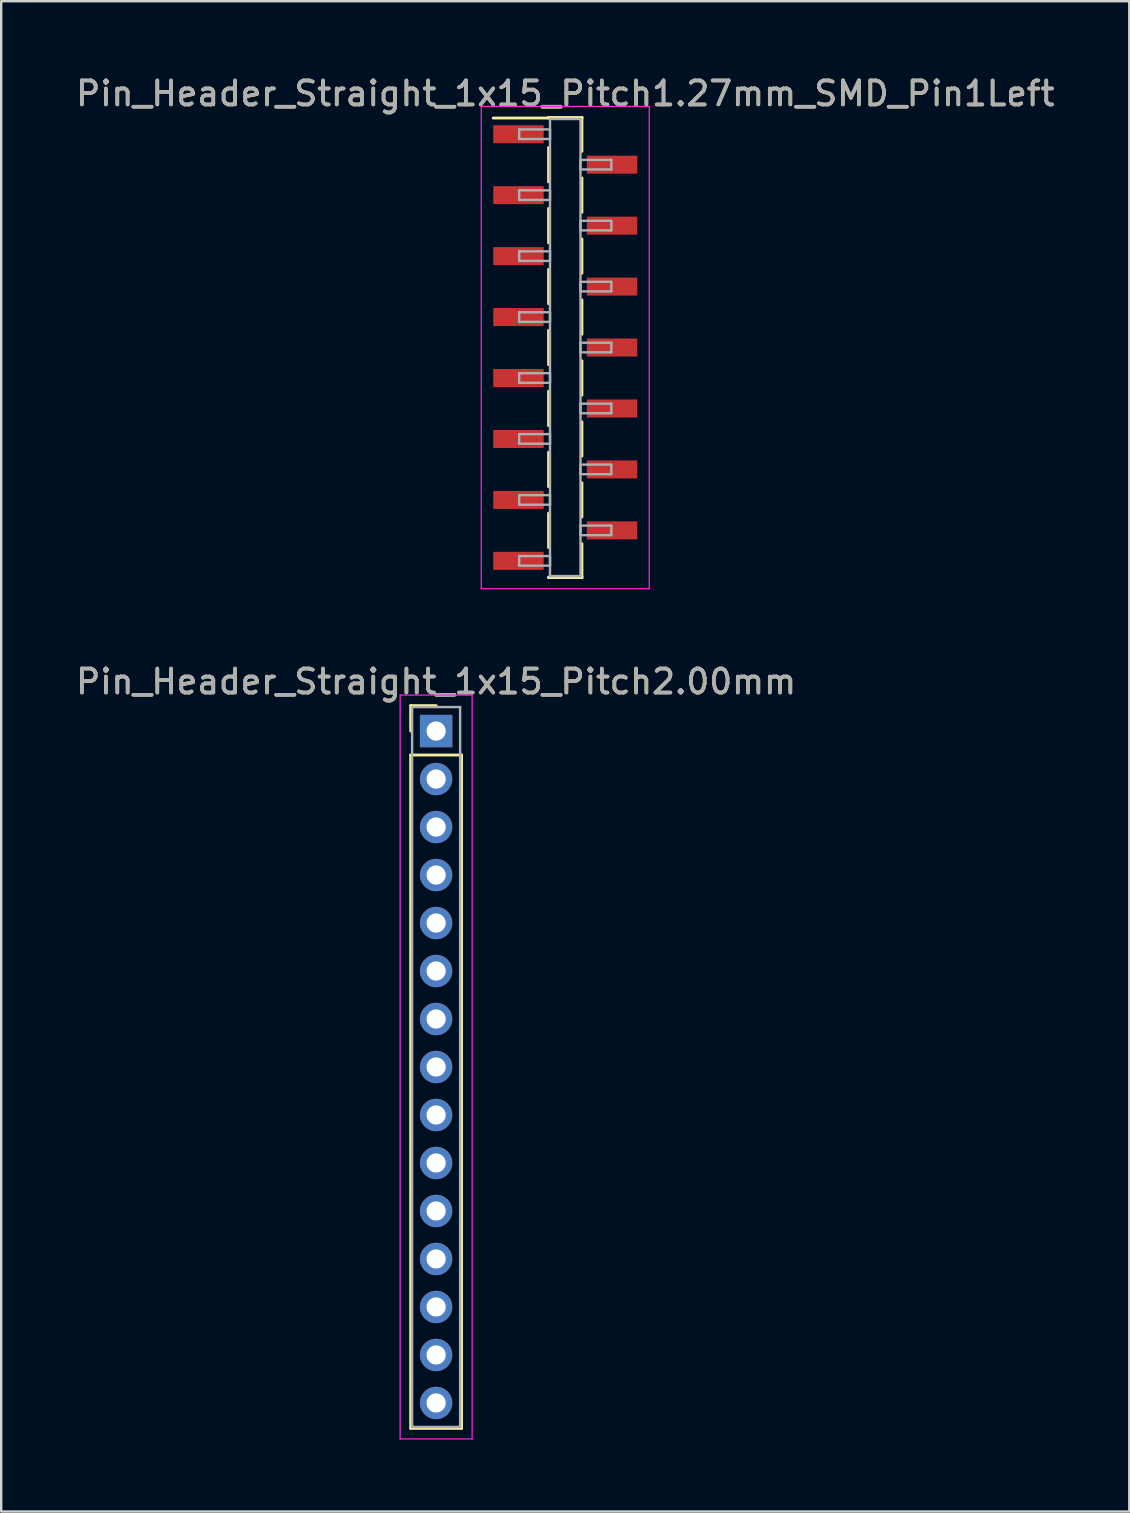
<source format=kicad_pcb>
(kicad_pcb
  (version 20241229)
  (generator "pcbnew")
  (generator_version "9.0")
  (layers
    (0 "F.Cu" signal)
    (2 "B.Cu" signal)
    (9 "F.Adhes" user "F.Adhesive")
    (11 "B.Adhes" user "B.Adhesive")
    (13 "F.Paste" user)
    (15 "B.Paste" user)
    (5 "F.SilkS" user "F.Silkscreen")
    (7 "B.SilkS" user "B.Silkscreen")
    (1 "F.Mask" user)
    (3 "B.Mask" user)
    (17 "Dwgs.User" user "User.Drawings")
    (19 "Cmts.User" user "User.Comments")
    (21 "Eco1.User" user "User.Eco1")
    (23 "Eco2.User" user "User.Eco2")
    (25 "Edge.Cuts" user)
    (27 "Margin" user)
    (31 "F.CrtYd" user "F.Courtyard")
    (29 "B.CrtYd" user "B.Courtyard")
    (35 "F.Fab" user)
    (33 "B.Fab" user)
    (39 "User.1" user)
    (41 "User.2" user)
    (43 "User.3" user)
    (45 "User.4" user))
  (footprint "Pin_Header_Straight_1x15_Pitch1.27mm_SMD_Pin1Left"
    (layer "F.Cu")
    (at 20.506 11.433)
    (property "Reference" "Pin_Header_Straight_1x15_Pitch1.27mm_SMD_Pin1Left" (at 0 -10.585 0) (layer "F.SilkS") (effects (font (size 1 1) (thickness 0.15))))
    (attr smd)
    (fp_line (start -0.695 -9.585) (end 0.695 -9.585) (stroke (width 0.12) (type solid)) (layer "F.SilkS"))
    (fp_line (start -0.695 -9.565) (end -3 -9.565) (stroke (width 0.12) (type solid)) (layer "F.SilkS"))
    (fp_line (start -0.695 -9.565) (end -0.695 -9.585) (stroke (width 0.12) (type solid)) (layer "F.SilkS"))
    (fp_line (start -0.695 -8.335) (end -0.695 -6.905) (stroke (width 0.12) (type solid)) (layer "F.SilkS"))
    (fp_line (start -0.695 -5.795) (end -0.695 -4.365) (stroke (width 0.12) (type solid)) (layer "F.SilkS"))
    (fp_line (start -0.695 -3.255) (end -0.695 -1.825) (stroke (width 0.12) (type solid)) (layer "F.SilkS"))
    (fp_line (start -0.695 -0.715) (end -0.695 0.715) (stroke (width 0.12) (type solid)) (layer "F.SilkS"))
    (fp_line (start -0.695 1.825) (end -0.695 3.255) (stroke (width 0.12) (type solid)) (layer "F.SilkS"))
    (fp_line (start -0.695 4.365) (end -0.695 5.795) (stroke (width 0.12) (type solid)) (layer "F.SilkS"))
    (fp_line (start -0.695 6.905) (end -0.695 8.335) (stroke (width 0.12) (type solid)) (layer "F.SilkS"))
    (fp_line (start -0.695 9.565) (end -0.695 9.585) (stroke (width 0.12) (type solid)) (layer "F.SilkS"))
    (fp_line (start -0.695 9.585) (end 0.695 9.585) (stroke (width 0.12) (type solid)) (layer "F.SilkS"))
    (fp_line (start 0.695 -9.585) (end 0.695 -9.565) (stroke (width 0.12) (type solid)) (layer "F.SilkS"))
    (fp_line (start 0.695 -9.585) (end 0.695 -8.175) (stroke (width 0.12) (type solid)) (layer "F.SilkS"))
    (fp_line (start 0.695 -7.065) (end 0.695 -5.635) (stroke (width 0.12) (type solid)) (layer "F.SilkS"))
    (fp_line (start 0.695 -4.525) (end 0.695 -3.095) (stroke (width 0.12) (type solid)) (layer "F.SilkS"))
    (fp_line (start 0.695 -1.985) (end 0.695 -0.555) (stroke (width 0.12) (type solid)) (layer "F.SilkS"))
    (fp_line (start 0.695 0.555) (end 0.695 1.985) (stroke (width 0.12) (type solid)) (layer "F.SilkS"))
    (fp_line (start 0.695 3.095) (end 0.695 4.525) (stroke (width 0.12) (type solid)) (layer "F.SilkS"))
    (fp_line (start 0.695 5.635) (end 0.695 7.065) (stroke (width 0.12) (type solid)) (layer "F.SilkS"))
    (fp_line (start 0.695 8.175) (end 0.695 9.585) (stroke (width 0.12) (type solid)) (layer "F.SilkS"))
    (fp_line (start 0.695 9.585) (end 0.695 9.565) (stroke (width 0.12) (type solid)) (layer "F.SilkS"))
    (fp_line (start -3.5 -10.05) (end -3.5 10.05) (stroke (width 0.05) (type solid)) (layer "F.CrtYd"))
    (fp_line (start -3.5 10.05) (end 3.5 10.05) (stroke (width 0.05) (type solid)) (layer "F.CrtYd"))
    (fp_line (start 3.5 -10.05) (end -3.5 -10.05) (stroke (width 0.05) (type solid)) (layer "F.CrtYd"))
    (fp_line (start 3.5 10.05) (end 3.5 -10.05) (stroke (width 0.05) (type solid)) (layer "F.CrtYd"))
    (fp_line (start -1.92 -9.09) (end -0.635 -9.09) (stroke (width 0.1) (type solid)) (layer "F.Fab"))
    (fp_line (start -1.92 -8.69) (end -1.92 -9.09) (stroke (width 0.1) (type solid)) (layer "F.Fab"))
    (fp_line (start -1.92 -6.55) (end -0.635 -6.55) (stroke (width 0.1) (type solid)) (layer "F.Fab"))
    (fp_line (start -1.92 -6.15) (end -1.92 -6.55) (stroke (width 0.1) (type solid)) (layer "F.Fab"))
    (fp_line (start -1.92 -4.01) (end -0.635 -4.01) (stroke (width 0.1) (type solid)) (layer "F.Fab"))
    (fp_line (start -1.92 -3.61) (end -1.92 -4.01) (stroke (width 0.1) (type solid)) (layer "F.Fab"))
    (fp_line (start -1.92 -1.47) (end -0.635 -1.47) (stroke (width 0.1) (type solid)) (layer "F.Fab"))
    (fp_line (start -1.92 -1.07) (end -1.92 -1.47) (stroke (width 0.1) (type solid)) (layer "F.Fab"))
    (fp_line (start -1.92 1.07) (end -0.635 1.07) (stroke (width 0.1) (type solid)) (layer "F.Fab"))
    (fp_line (start -1.92 1.47) (end -1.92 1.07) (stroke (width 0.1) (type solid)) (layer "F.Fab"))
    (fp_line (start -1.92 3.61) (end -0.635 3.61) (stroke (width 0.1) (type solid)) (layer "F.Fab"))
    (fp_line (start -1.92 4.01) (end -1.92 3.61) (stroke (width 0.1) (type solid)) (layer "F.Fab"))
    (fp_line (start -1.92 6.15) (end -0.635 6.15) (stroke (width 0.1) (type solid)) (layer "F.Fab"))
    (fp_line (start -1.92 6.55) (end -1.92 6.15) (stroke (width 0.1) (type solid)) (layer "F.Fab"))
    (fp_line (start -1.92 8.69) (end -0.635 8.69) (stroke (width 0.1) (type solid)) (layer "F.Fab"))
    (fp_line (start -1.92 9.09) (end -1.92 8.69) (stroke (width 0.1) (type solid)) (layer "F.Fab"))
    (fp_line (start -0.635 -9.525) (end -0.635 9.525) (stroke (width 0.1) (type solid)) (layer "F.Fab"))
    (fp_line (start -0.635 -9.09) (end -0.635 -8.69) (stroke (width 0.1) (type solid)) (layer "F.Fab"))
    (fp_line (start -0.635 -8.69) (end -1.92 -8.69) (stroke (width 0.1) (type solid)) (layer "F.Fab"))
    (fp_line (start -0.635 -6.55) (end -0.635 -6.15) (stroke (width 0.1) (type solid)) (layer "F.Fab"))
    (fp_line (start -0.635 -6.15) (end -1.92 -6.15) (stroke (width 0.1) (type solid)) (layer "F.Fab"))
    (fp_line (start -0.635 -4.01) (end -0.635 -3.61) (stroke (width 0.1) (type solid)) (layer "F.Fab"))
    (fp_line (start -0.635 -3.61) (end -1.92 -3.61) (stroke (width 0.1) (type solid)) (layer "F.Fab"))
    (fp_line (start -0.635 -1.47) (end -0.635 -1.07) (stroke (width 0.1) (type solid)) (layer "F.Fab"))
    (fp_line (start -0.635 -1.07) (end -1.92 -1.07) (stroke (width 0.1) (type solid)) (layer "F.Fab"))
    (fp_line (start -0.635 1.07) (end -0.635 1.47) (stroke (width 0.1) (type solid)) (layer "F.Fab"))
    (fp_line (start -0.635 1.47) (end -1.92 1.47) (stroke (width 0.1) (type solid)) (layer "F.Fab"))
    (fp_line (start -0.635 3.61) (end -0.635 4.01) (stroke (width 0.1) (type solid)) (layer "F.Fab"))
    (fp_line (start -0.635 4.01) (end -1.92 4.01) (stroke (width 0.1) (type solid)) (layer "F.Fab"))
    (fp_line (start -0.635 6.15) (end -0.635 6.55) (stroke (width 0.1) (type solid)) (layer "F.Fab"))
    (fp_line (start -0.635 6.55) (end -1.92 6.55) (stroke (width 0.1) (type solid)) (layer "F.Fab"))
    (fp_line (start -0.635 8.69) (end -0.635 9.09) (stroke (width 0.1) (type solid)) (layer "F.Fab"))
    (fp_line (start -0.635 9.09) (end -1.92 9.09) (stroke (width 0.1) (type solid)) (layer "F.Fab"))
    (fp_line (start -0.635 9.525) (end 0.635 9.525) (stroke (width 0.1) (type solid)) (layer "F.Fab"))
    (fp_line (start 0.635 -9.525) (end -0.635 -9.525) (stroke (width 0.1) (type solid)) (layer "F.Fab"))
    (fp_line (start 0.635 -7.82) (end 0.635 -7.42) (stroke (width 0.1) (type solid)) (layer "F.Fab"))
    (fp_line (start 0.635 -7.42) (end 1.92 -7.42) (stroke (width 0.1) (type solid)) (layer "F.Fab"))
    (fp_line (start 0.635 -5.28) (end 0.635 -4.88) (stroke (width 0.1) (type solid)) (layer "F.Fab"))
    (fp_line (start 0.635 -4.88) (end 1.92 -4.88) (stroke (width 0.1) (type solid)) (layer "F.Fab"))
    (fp_line (start 0.635 -2.74) (end 0.635 -2.34) (stroke (width 0.1) (type solid)) (layer "F.Fab"))
    (fp_line (start 0.635 -2.34) (end 1.92 -2.34) (stroke (width 0.1) (type solid)) (layer "F.Fab"))
    (fp_line (start 0.635 -0.2) (end 0.635 0.2) (stroke (width 0.1) (type solid)) (layer "F.Fab"))
    (fp_line (start 0.635 0.2) (end 1.92 0.2) (stroke (width 0.1) (type solid)) (layer "F.Fab"))
    (fp_line (start 0.635 2.34) (end 0.635 2.74) (stroke (width 0.1) (type solid)) (layer "F.Fab"))
    (fp_line (start 0.635 2.74) (end 1.92 2.74) (stroke (width 0.1) (type solid)) (layer "F.Fab"))
    (fp_line (start 0.635 4.88) (end 0.635 5.28) (stroke (width 0.1) (type solid)) (layer "F.Fab"))
    (fp_line (start 0.635 5.28) (end 1.92 5.28) (stroke (width 0.1) (type solid)) (layer "F.Fab"))
    (fp_line (start 0.635 7.42) (end 0.635 7.82) (stroke (width 0.1) (type solid)) (layer "F.Fab"))
    (fp_line (start 0.635 7.82) (end 1.92 7.82) (stroke (width 0.1) (type solid)) (layer "F.Fab"))
    (fp_line (start 0.635 9.525) (end 0.635 -9.525) (stroke (width 0.1) (type solid)) (layer "F.Fab"))
    (fp_line (start 1.92 -7.82) (end 0.635 -7.82) (stroke (width 0.1) (type solid)) (layer "F.Fab"))
    (fp_line (start 1.92 -7.42) (end 1.92 -7.82) (stroke (width 0.1) (type solid)) (layer "F.Fab"))
    (fp_line (start 1.92 -5.28) (end 0.635 -5.28) (stroke (width 0.1) (type solid)) (layer "F.Fab"))
    (fp_line (start 1.92 -4.88) (end 1.92 -5.28) (stroke (width 0.1) (type solid)) (layer "F.Fab"))
    (fp_line (start 1.92 -2.74) (end 0.635 -2.74) (stroke (width 0.1) (type solid)) (layer "F.Fab"))
    (fp_line (start 1.92 -2.34) (end 1.92 -2.74) (stroke (width 0.1) (type solid)) (layer "F.Fab"))
    (fp_line (start 1.92 -0.2) (end 0.635 -0.2) (stroke (width 0.1) (type solid)) (layer "F.Fab"))
    (fp_line (start 1.92 0.2) (end 1.92 -0.2) (stroke (width 0.1) (type solid)) (layer "F.Fab"))
    (fp_line (start 1.92 2.34) (end 0.635 2.34) (stroke (width 0.1) (type solid)) (layer "F.Fab"))
    (fp_line (start 1.92 2.74) (end 1.92 2.34) (stroke (width 0.1) (type solid)) (layer "F.Fab"))
    (fp_line (start 1.92 4.88) (end 0.635 4.88) (stroke (width 0.1) (type solid)) (layer "F.Fab"))
    (fp_line (start 1.92 5.28) (end 1.92 4.88) (stroke (width 0.1) (type solid)) (layer "F.Fab"))
    (fp_line (start 1.92 7.42) (end 0.635 7.42) (stroke (width 0.1) (type solid)) (layer "F.Fab"))
    (fp_line (start 1.92 7.82) (end 1.92 7.42) (stroke (width 0.1) (type solid)) (layer "F.Fab"))
    (fp_text user "${REFERENCE}" (at 0 -10.585 0) (layer "F.Fab") (effects (font (size 1 1) (thickness 0.15))))
    (pad "1" smd rect (at -1.95 -8.89) (size 2.1 0.75) (layers "F.Cu" "F.Mask" "F.Paste"))
    (pad "2" smd rect (at 1.95 -7.62) (size 2.1 0.75) (layers "F.Cu" "F.Mask" "F.Paste"))
    (pad "3" smd rect (at -1.95 -6.35) (size 2.1 0.75) (layers "F.Cu" "F.Mask" "F.Paste"))
    (pad "4" smd rect (at 1.95 -5.08) (size 2.1 0.75) (layers "F.Cu" "F.Mask" "F.Paste"))
    (pad "5" smd rect (at -1.95 -3.81) (size 2.1 0.75) (layers "F.Cu" "F.Mask" "F.Paste"))
    (pad "6" smd rect (at 1.95 -2.54) (size 2.1 0.75) (layers "F.Cu" "F.Mask" "F.Paste"))
    (pad "7" smd rect (at -1.95 -1.27) (size 2.1 0.75) (layers "F.Cu" "F.Mask" "F.Paste"))
    (pad "8" smd rect (at 1.95 0) (size 2.1 0.75) (layers "F.Cu" "F.Mask" "F.Paste"))
    (pad "9" smd rect (at -1.95 1.27) (size 2.1 0.75) (layers "F.Cu" "F.Mask" "F.Paste"))
    (pad "10" smd rect (at 1.95 2.54) (size 2.1 0.75) (layers "F.Cu" "F.Mask" "F.Paste"))
    (pad "11" smd rect (at -1.95 3.81) (size 2.1 0.75) (layers "F.Cu" "F.Mask" "F.Paste"))
    (pad "12" smd rect (at 1.95 5.08) (size 2.1 0.75) (layers "F.Cu" "F.Mask" "F.Paste"))
    (pad "13" smd rect (at -1.95 6.35) (size 2.1 0.75) (layers "F.Cu" "F.Mask" "F.Paste"))
    (pad "14" smd rect (at 1.95 7.62) (size 2.1 0.75) (layers "F.Cu" "F.Mask" "F.Paste"))
    (pad "15" smd rect (at -1.95 8.89) (size 2.1 0.75) (layers "F.Cu" "F.Mask" "F.Paste")))
  (footprint "Pin_Header_Straight_1x15_Pitch2.00mm"
    (layer "F.Cu")
    (at 15.125 27.416)
    (property "Reference" "Pin_Header_Straight_1x15_Pitch2.00mm" (at 0 -2.06 0) (layer "F.SilkS") (effects (font (size 1 1) (thickness 0.15))))
    (attr through_hole)
    (fp_line (start -1.06 -1.06) (end 0 -1.06) (stroke (width 0.12) (type solid)) (layer "F.SilkS"))
    (fp_line (start -1.06 0) (end -1.06 -1.06) (stroke (width 0.12) (type solid)) (layer "F.SilkS"))
    (fp_line (start -1.06 1) (end -1.06 29.06) (stroke (width 0.12) (type solid)) (layer "F.SilkS"))
    (fp_line (start -1.06 29.06) (end 1.06 29.06) (stroke (width 0.12) (type solid)) (layer "F.SilkS"))
    (fp_line (start 1.06 1) (end -1.06 1) (stroke (width 0.12) (type solid)) (layer "F.SilkS"))
    (fp_line (start 1.06 29.06) (end 1.06 1) (stroke (width 0.12) (type solid)) (layer "F.SilkS"))
    (fp_line (start -1.5 -1.5) (end -1.5 29.5) (stroke (width 0.05) (type solid)) (layer "F.CrtYd"))
    (fp_line (start -1.5 29.5) (end 1.5 29.5) (stroke (width 0.05) (type solid)) (layer "F.CrtYd"))
    (fp_line (start 1.5 -1.5) (end -1.5 -1.5) (stroke (width 0.05) (type solid)) (layer "F.CrtYd"))
    (fp_line (start 1.5 29.5) (end 1.5 -1.5) (stroke (width 0.05) (type solid)) (layer "F.CrtYd"))
    (fp_line (start -1 -1) (end -1 29) (stroke (width 0.1) (type solid)) (layer "F.Fab"))
    (fp_line (start -1 29) (end 1 29) (stroke (width 0.1) (type solid)) (layer "F.Fab"))
    (fp_line (start 1 -1) (end -1 -1) (stroke (width 0.1) (type solid)) (layer "F.Fab"))
    (fp_line (start 1 29) (end 1 -1) (stroke (width 0.1) (type solid)) (layer "F.Fab"))
    (fp_text user "${REFERENCE}" (at 0 -2.06 0) (layer "F.Fab") (effects (font (size 1 1) (thickness 0.15))))
    (pad "1" thru_hole rect (at 0 0) (size 1.35 1.35) (drill 0.8) (layers "*.Cu" "*.Mask"))
    (pad "2" thru_hole oval (at 0 2) (size 1.35 1.35) (drill 0.8) (layers "*.Cu" "*.Mask"))
    (pad "3" thru_hole oval (at 0 4) (size 1.35 1.35) (drill 0.8) (layers "*.Cu" "*.Mask"))
    (pad "4" thru_hole oval (at 0 6) (size 1.35 1.35) (drill 0.8) (layers "*.Cu" "*.Mask"))
    (pad "5" thru_hole oval (at 0 8) (size 1.35 1.35) (drill 0.8) (layers "*.Cu" "*.Mask"))
    (pad "6" thru_hole oval (at 0 10) (size 1.35 1.35) (drill 0.8) (layers "*.Cu" "*.Mask"))
    (pad "7" thru_hole oval (at 0 12) (size 1.35 1.35) (drill 0.8) (layers "*.Cu" "*.Mask"))
    (pad "8" thru_hole oval (at 0 14) (size 1.35 1.35) (drill 0.8) (layers "*.Cu" "*.Mask"))
    (pad "9" thru_hole oval (at 0 16) (size 1.35 1.35) (drill 0.8) (layers "*.Cu" "*.Mask"))
    (pad "10" thru_hole oval (at 0 18) (size 1.35 1.35) (drill 0.8) (layers "*.Cu" "*.Mask"))
    (pad "11" thru_hole oval (at 0 20) (size 1.35 1.35) (drill 0.8) (layers "*.Cu" "*.Mask"))
    (pad "12" thru_hole oval (at 0 22) (size 1.35 1.35) (drill 0.8) (layers "*.Cu" "*.Mask"))
    (pad "13" thru_hole oval (at 0 24) (size 1.35 1.35) (drill 0.8) (layers "*.Cu" "*.Mask"))
    (pad "14" thru_hole oval (at 0 26) (size 1.35 1.35) (drill 0.8) (layers "*.Cu" "*.Mask"))
    (pad "15" thru_hole oval (at 0 28) (size 1.35 1.35) (drill 0.8) (layers "*.Cu" "*.Mask")))
  (gr_rect
    (start -3 -3)
    (end 44.012 59.941)
    (stroke (width 0.1) (type default))
    (fill no)
    (layer "Edge.Cuts")))
</source>
